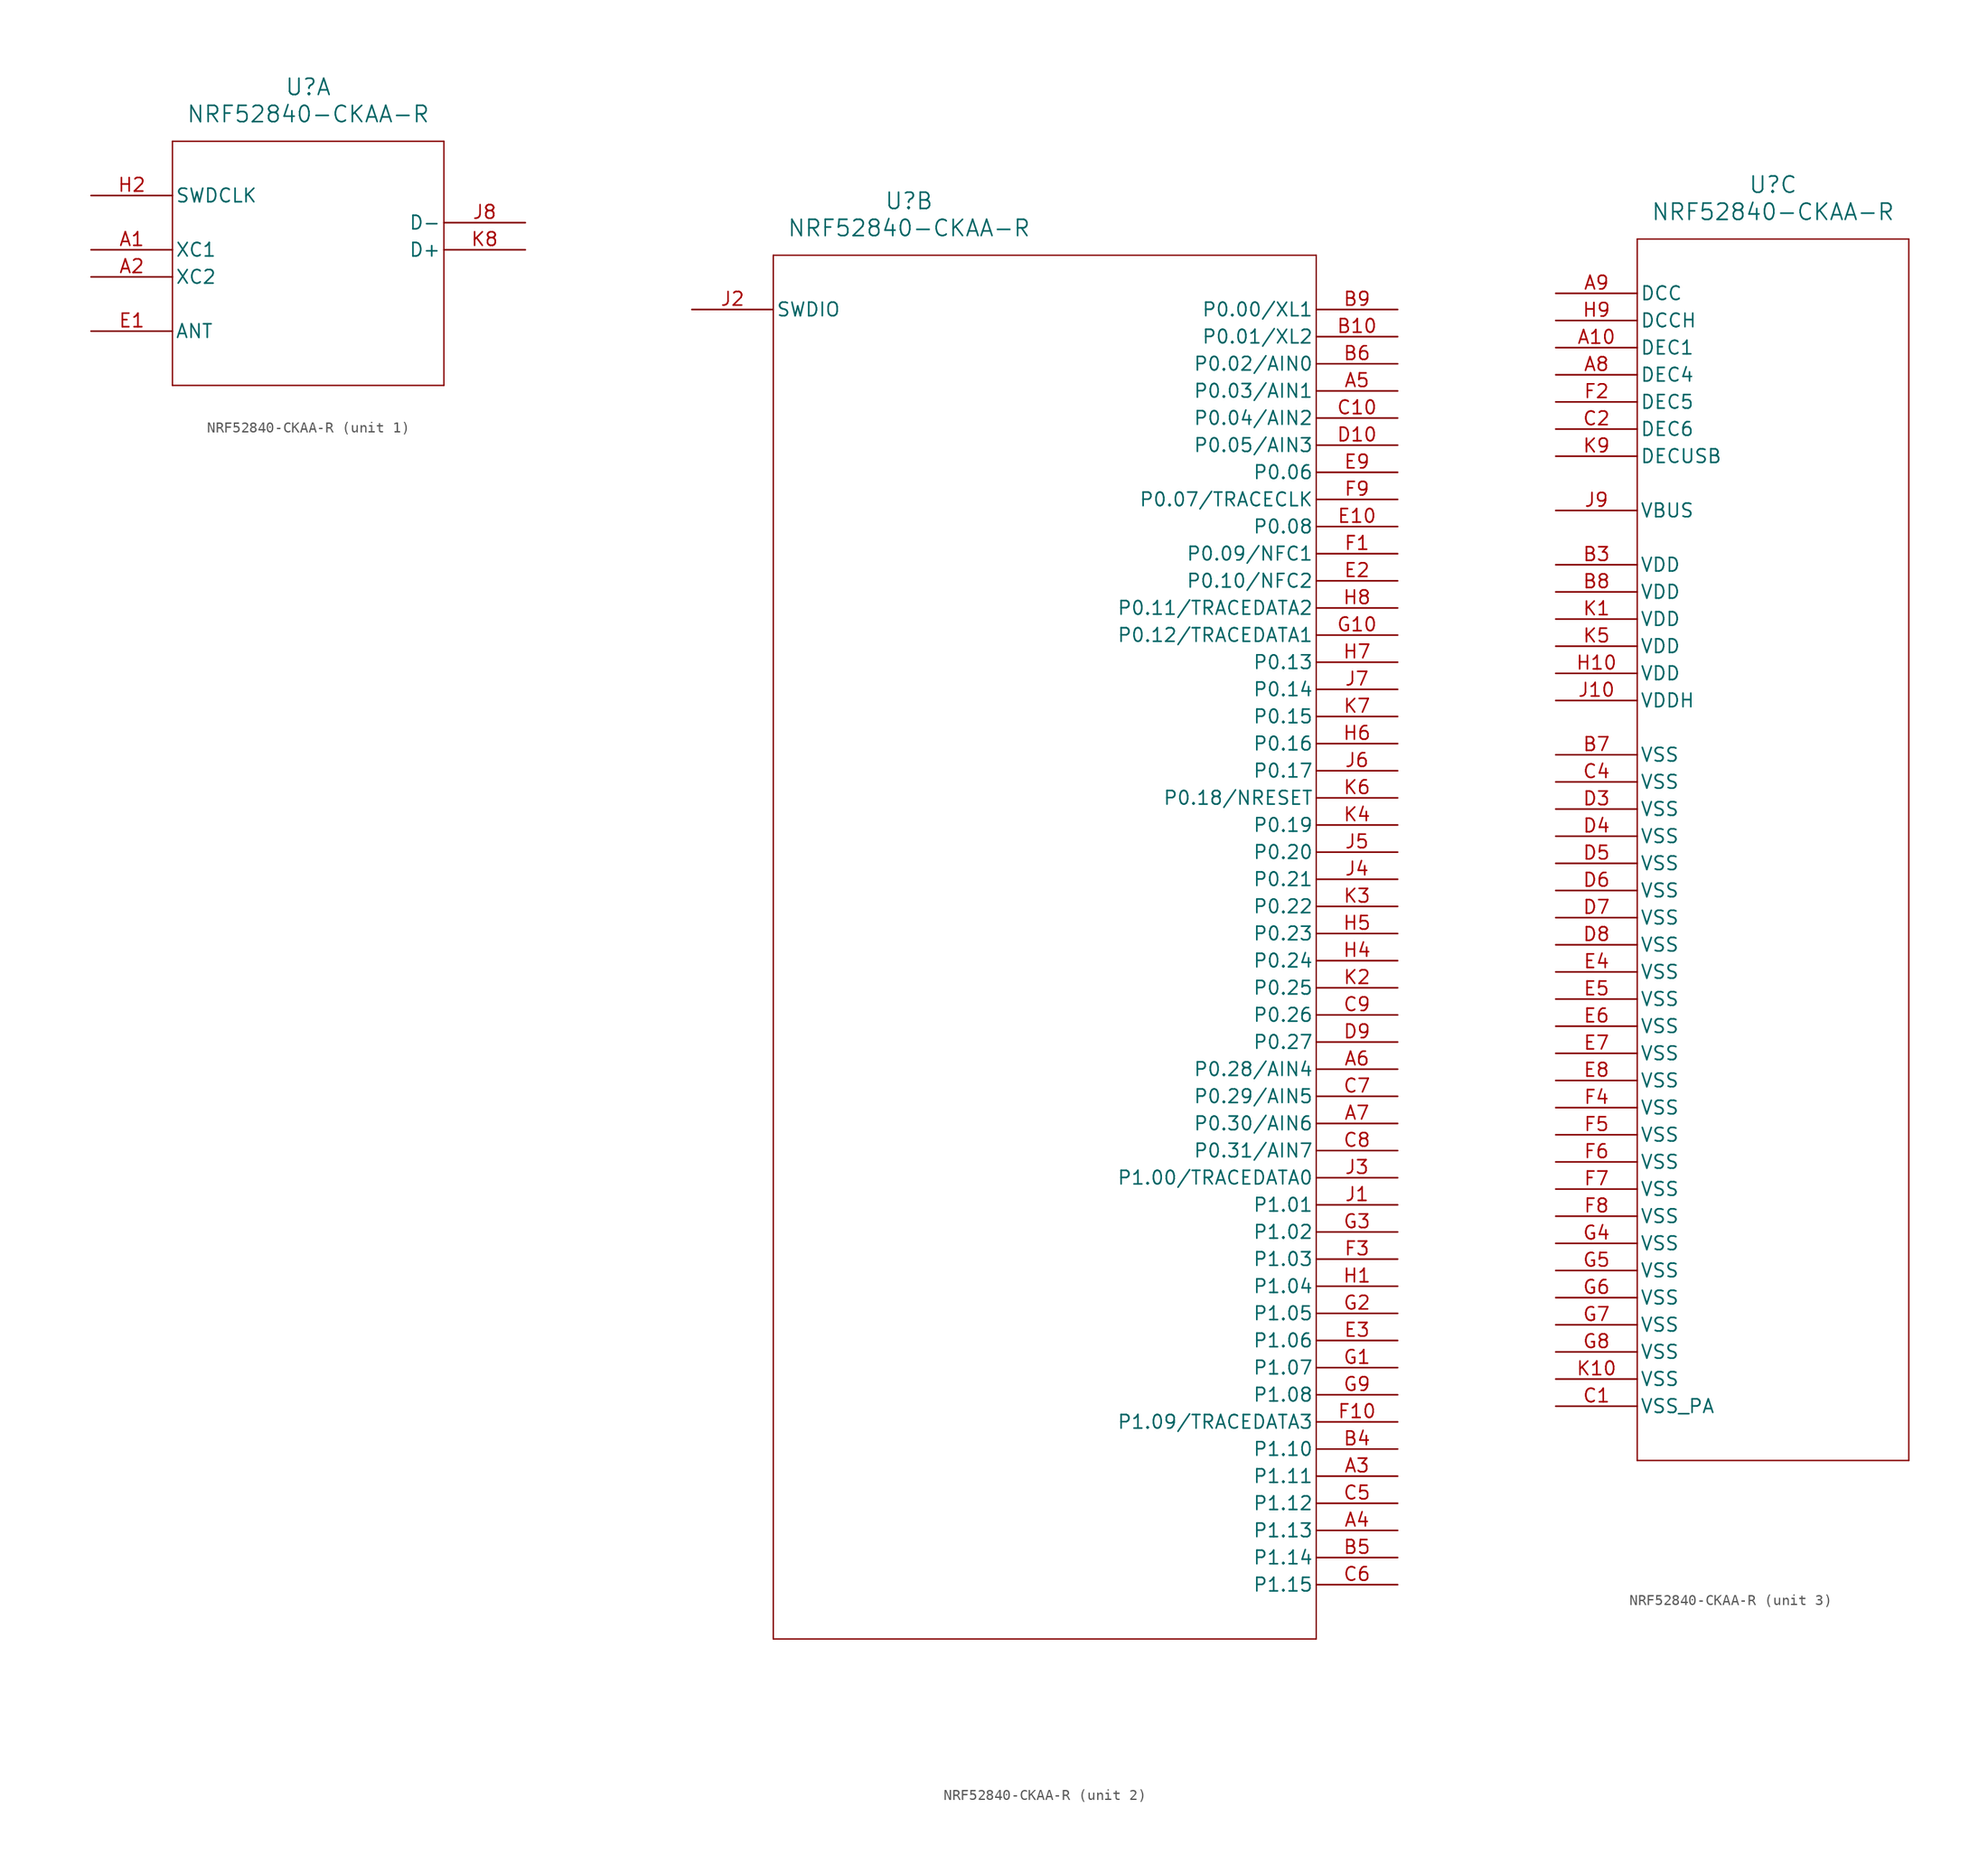
<source format=kicad_sym>
(kicad_symbol_lib
  (version 20220914)
  (generator kicad_symbol_editor)
  (symbol "NRF52840-CKAA-R"
    (pin_names
      (offset 0.254))
    (property "Reference" "U"
      (at 20.32 10.16 0)
      (effects (font (size 1.524 1.524))))
    (property "Value" "NRF52840-CKAA-R"
      (at 20.32 7.62 0)
      (effects (font (size 1.524 1.524))))
    (property "ki_locked" ""
      (at 0 0 0)
      (effects (font (size 1.27 1.27))))
    (symbol "NRF52840-CKAA-R_1_1"
      (polyline (pts (xy 7.62 -17.78) (xy 33.02 -17.78)) (stroke (width 0.127) (type default)) (fill (type none)))
      (polyline (pts (xy 7.62 5.08) (xy 7.62 -17.78)) (stroke (width 0.127) (type default)) (fill (type none)))
      (polyline (pts (xy 33.02 -17.78) (xy 33.02 5.08)) (stroke (width 0.127) (type default)) (fill (type none)))
      (polyline (pts (xy 33.02 5.08) (xy 7.62 5.08)) (stroke (width 0.127) (type default)) (fill (type none)))
      (pin input line (at 0 -5.08 0) (length 7.62) (name "XC1" (effects (font (size 1.27 1.27)))) (number "A1" (effects (font (size 1.27 1.27)))))
      (pin input line (at 0 -7.62 0) (length 7.62) (name "XC2" (effects (font (size 1.27 1.27)))) (number "A2" (effects (font (size 1.27 1.27)))))
      (pin unspecified line (at 0 -12.7 0) (length 7.62) (name "ANT" (effects (font (size 1.27 1.27)))) (number "E1" (effects (font (size 1.27 1.27)))))
      (pin input line (at 0 0 0) (length 7.62) (name "SWDCLK" (effects (font (size 1.27 1.27)))) (number "H2" (effects (font (size 1.27 1.27)))))
      (pin bidirectional line (at 40.64 -2.54 180) (length 7.62) (name "D-" (effects (font (size 1.27 1.27)))) (number "J8" (effects (font (size 1.27 1.27)))))
      (pin bidirectional line (at 40.64 -5.08 180) (length 7.62) (name "D+" (effects (font (size 1.27 1.27)))) (number "K8" (effects (font (size 1.27 1.27))))))
    (symbol "NRF52840-CKAA-R_2_1"
      (polyline (pts (xy 7.62 -124.46) (xy 58.42 -124.46)) (stroke (width 0.127) (type default)) (fill (type none)))
      (polyline (pts (xy 7.62 5.08) (xy 7.62 -124.46)) (stroke (width 0.127) (type default)) (fill (type none)))
      (polyline (pts (xy 58.42 -124.46) (xy 58.42 5.08)) (stroke (width 0.127) (type default)) (fill (type none)))
      (polyline (pts (xy 58.42 5.08) (xy 7.62 5.08)) (stroke (width 0.127) (type default)) (fill (type none)))
      (pin bidirectional line (at 66.04 -109.22 180) (length 7.62) (name "P1.11" (effects (font (size 1.27 1.27)))) (number "A3" (effects (font (size 1.27 1.27)))))
      (pin bidirectional line (at 66.04 -114.3 180) (length 7.62) (name "P1.13" (effects (font (size 1.27 1.27)))) (number "A4" (effects (font (size 1.27 1.27)))))
      (pin bidirectional line (at 66.04 -7.62 180) (length 7.62) (name "P0.03/AIN1" (effects (font (size 1.27 1.27)))) (number "A5" (effects (font (size 1.27 1.27)))))
      (pin bidirectional line (at 66.04 -71.12 180) (length 7.62) (name "P0.28/AIN4" (effects (font (size 1.27 1.27)))) (number "A6" (effects (font (size 1.27 1.27)))))
      (pin bidirectional line (at 66.04 -76.2 180) (length 7.62) (name "P0.30/AIN6" (effects (font (size 1.27 1.27)))) (number "A7" (effects (font (size 1.27 1.27)))))
      (pin bidirectional line (at 66.04 -2.54 180) (length 7.62) (name "P0.01/XL2" (effects (font (size 1.27 1.27)))) (number "B10" (effects (font (size 1.27 1.27)))))
      (pin bidirectional line (at 66.04 -106.68 180) (length 7.62) (name "P1.10" (effects (font (size 1.27 1.27)))) (number "B4" (effects (font (size 1.27 1.27)))))
      (pin bidirectional line (at 66.04 -116.84 180) (length 7.62) (name "P1.14" (effects (font (size 1.27 1.27)))) (number "B5" (effects (font (size 1.27 1.27)))))
      (pin bidirectional line (at 66.04 -5.08 180) (length 7.62) (name "P0.02/AIN0" (effects (font (size 1.27 1.27)))) (number "B6" (effects (font (size 1.27 1.27)))))
      (pin bidirectional line (at 66.04 0 180) (length 7.62) (name "P0.00/XL1" (effects (font (size 1.27 1.27)))) (number "B9" (effects (font (size 1.27 1.27)))))
      (pin bidirectional line (at 66.04 -10.16 180) (length 7.62) (name "P0.04/AIN2" (effects (font (size 1.27 1.27)))) (number "C10" (effects (font (size 1.27 1.27)))))
      (pin bidirectional line (at 66.04 -111.76 180) (length 7.62) (name "P1.12" (effects (font (size 1.27 1.27)))) (number "C5" (effects (font (size 1.27 1.27)))))
      (pin bidirectional line (at 66.04 -119.38 180) (length 7.62) (name "P1.15" (effects (font (size 1.27 1.27)))) (number "C6" (effects (font (size 1.27 1.27)))))
      (pin bidirectional line (at 66.04 -73.66 180) (length 7.62) (name "P0.29/AIN5" (effects (font (size 1.27 1.27)))) (number "C7" (effects (font (size 1.27 1.27)))))
      (pin bidirectional line (at 66.04 -78.74 180) (length 7.62) (name "P0.31/AIN7" (effects (font (size 1.27 1.27)))) (number "C8" (effects (font (size 1.27 1.27)))))
      (pin bidirectional line (at 66.04 -66.04 180) (length 7.62) (name "P0.26" (effects (font (size 1.27 1.27)))) (number "C9" (effects (font (size 1.27 1.27)))))
      (pin bidirectional line (at 66.04 -12.7 180) (length 7.62) (name "P0.05/AIN3" (effects (font (size 1.27 1.27)))) (number "D10" (effects (font (size 1.27 1.27)))))
      (pin bidirectional line (at 66.04 -68.58 180) (length 7.62) (name "P0.27" (effects (font (size 1.27 1.27)))) (number "D9" (effects (font (size 1.27 1.27)))))
      (pin bidirectional line (at 66.04 -20.32 180) (length 7.62) (name "P0.08" (effects (font (size 1.27 1.27)))) (number "E10" (effects (font (size 1.27 1.27)))))
      (pin bidirectional line (at 66.04 -25.4 180) (length 7.62) (name "P0.10/NFC2" (effects (font (size 1.27 1.27)))) (number "E2" (effects (font (size 1.27 1.27)))))
      (pin bidirectional line (at 66.04 -96.52 180) (length 7.62) (name "P1.06" (effects (font (size 1.27 1.27)))) (number "E3" (effects (font (size 1.27 1.27)))))
      (pin bidirectional line (at 66.04 -15.24 180) (length 7.62) (name "P0.06" (effects (font (size 1.27 1.27)))) (number "E9" (effects (font (size 1.27 1.27)))))
      (pin bidirectional line (at 66.04 -22.86 180) (length 7.62) (name "P0.09/NFC1" (effects (font (size 1.27 1.27)))) (number "F1" (effects (font (size 1.27 1.27)))))
      (pin bidirectional line (at 66.04 -104.14 180) (length 7.62) (name "P1.09/TRACEDATA3" (effects (font (size 1.27 1.27)))) (number "F10" (effects (font (size 1.27 1.27)))))
      (pin bidirectional line (at 66.04 -88.9 180) (length 7.62) (name "P1.03" (effects (font (size 1.27 1.27)))) (number "F3" (effects (font (size 1.27 1.27)))))
      (pin bidirectional line (at 66.04 -17.78 180) (length 7.62) (name "P0.07/TRACECLK" (effects (font (size 1.27 1.27)))) (number "F9" (effects (font (size 1.27 1.27)))))
      (pin bidirectional line (at 66.04 -99.06 180) (length 7.62) (name "P1.07" (effects (font (size 1.27 1.27)))) (number "G1" (effects (font (size 1.27 1.27)))))
      (pin bidirectional line (at 66.04 -30.48 180) (length 7.62) (name "P0.12/TRACEDATA1" (effects (font (size 1.27 1.27)))) (number "G10" (effects (font (size 1.27 1.27)))))
      (pin bidirectional line (at 66.04 -93.98 180) (length 7.62) (name "P1.05" (effects (font (size 1.27 1.27)))) (number "G2" (effects (font (size 1.27 1.27)))))
      (pin bidirectional line (at 66.04 -86.36 180) (length 7.62) (name "P1.02" (effects (font (size 1.27 1.27)))) (number "G3" (effects (font (size 1.27 1.27)))))
      (pin bidirectional line (at 66.04 -101.6 180) (length 7.62) (name "P1.08" (effects (font (size 1.27 1.27)))) (number "G9" (effects (font (size 1.27 1.27)))))
      (pin bidirectional line (at 66.04 -91.44 180) (length 7.62) (name "P1.04" (effects (font (size 1.27 1.27)))) (number "H1" (effects (font (size 1.27 1.27)))))
      (pin bidirectional line (at 66.04 -60.96 180) (length 7.62) (name "P0.24" (effects (font (size 1.27 1.27)))) (number "H4" (effects (font (size 1.27 1.27)))))
      (pin bidirectional line (at 66.04 -58.42 180) (length 7.62) (name "P0.23" (effects (font (size 1.27 1.27)))) (number "H5" (effects (font (size 1.27 1.27)))))
      (pin bidirectional line (at 66.04 -40.64 180) (length 7.62) (name "P0.16" (effects (font (size 1.27 1.27)))) (number "H6" (effects (font (size 1.27 1.27)))))
      (pin bidirectional line (at 66.04 -33.02 180) (length 7.62) (name "P0.13" (effects (font (size 1.27 1.27)))) (number "H7" (effects (font (size 1.27 1.27)))))
      (pin bidirectional line (at 66.04 -27.94 180) (length 7.62) (name "P0.11/TRACEDATA2" (effects (font (size 1.27 1.27)))) (number "H8" (effects (font (size 1.27 1.27)))))
      (pin bidirectional line (at 66.04 -83.82 180) (length 7.62) (name "P1.01" (effects (font (size 1.27 1.27)))) (number "J1" (effects (font (size 1.27 1.27)))))
      (pin bidirectional line (at 0 0 0) (length 7.62) (name "SWDIO" (effects (font (size 1.27 1.27)))) (number "J2" (effects (font (size 1.27 1.27)))))
      (pin bidirectional line (at 66.04 -81.28 180) (length 7.62) (name "P1.00/TRACEDATA0" (effects (font (size 1.27 1.27)))) (number "J3" (effects (font (size 1.27 1.27)))))
      (pin bidirectional line (at 66.04 -53.34 180) (length 7.62) (name "P0.21" (effects (font (size 1.27 1.27)))) (number "J4" (effects (font (size 1.27 1.27)))))
      (pin bidirectional line (at 66.04 -50.8 180) (length 7.62) (name "P0.20" (effects (font (size 1.27 1.27)))) (number "J5" (effects (font (size 1.27 1.27)))))
      (pin bidirectional line (at 66.04 -43.18 180) (length 7.62) (name "P0.17" (effects (font (size 1.27 1.27)))) (number "J6" (effects (font (size 1.27 1.27)))))
      (pin bidirectional line (at 66.04 -35.56 180) (length 7.62) (name "P0.14" (effects (font (size 1.27 1.27)))) (number "J7" (effects (font (size 1.27 1.27)))))
      (pin bidirectional line (at 66.04 -63.5 180) (length 7.62) (name "P0.25" (effects (font (size 1.27 1.27)))) (number "K2" (effects (font (size 1.27 1.27)))))
      (pin bidirectional line (at 66.04 -55.88 180) (length 7.62) (name "P0.22" (effects (font (size 1.27 1.27)))) (number "K3" (effects (font (size 1.27 1.27)))))
      (pin bidirectional line (at 66.04 -48.26 180) (length 7.62) (name "P0.19" (effects (font (size 1.27 1.27)))) (number "K4" (effects (font (size 1.27 1.27)))))
      (pin bidirectional line (at 66.04 -45.72 180) (length 7.62) (name "P0.18/NRESET" (effects (font (size 1.27 1.27)))) (number "K6" (effects (font (size 1.27 1.27)))))
      (pin bidirectional line (at 66.04 -38.1 180) (length 7.62) (name "P0.15" (effects (font (size 1.27 1.27)))) (number "K7" (effects (font (size 1.27 1.27))))))
    (symbol "NRF52840-CKAA-R_3_1"
      (polyline (pts (xy 7.62 -109.22) (xy 33.02 -109.22)) (stroke (width 0.127) (type default)) (fill (type none)))
      (polyline (pts (xy 7.62 5.08) (xy 7.62 -109.22)) (stroke (width 0.127) (type default)) (fill (type none)))
      (polyline (pts (xy 33.02 -109.22) (xy 33.02 5.08)) (stroke (width 0.127) (type default)) (fill (type none)))
      (polyline (pts (xy 33.02 5.08) (xy 7.62 5.08)) (stroke (width 0.127) (type default)) (fill (type none)))
      (pin power_in line (at 0 -5.08 0) (length 7.62) (name "DEC1" (effects (font (size 1.27 1.27)))) (number "A10" (effects (font (size 1.27 1.27)))))
      (pin power_in line (at 0 -7.62 0) (length 7.62) (name "DEC4" (effects (font (size 1.27 1.27)))) (number "A8" (effects (font (size 1.27 1.27)))))
      (pin power_in line (at 0 0 0) (length 7.62) (name "DCC" (effects (font (size 1.27 1.27)))) (number "A9" (effects (font (size 1.27 1.27)))))
      (pin power_in line (at 0 -25.4 0) (length 7.62) (name "VDD" (effects (font (size 1.27 1.27)))) (number "B3" (effects (font (size 1.27 1.27)))))
      (pin power_in line (at 0 -43.18 0) (length 7.62) (name "VSS" (effects (font (size 1.27 1.27)))) (number "B7" (effects (font (size 1.27 1.27)))))
      (pin power_in line (at 0 -27.94 0) (length 7.62) (name "VDD" (effects (font (size 1.27 1.27)))) (number "B8" (effects (font (size 1.27 1.27)))))
      (pin power_in line (at 0 -104.14 0) (length 7.62) (name "VSS_PA" (effects (font (size 1.27 1.27)))) (number "C1" (effects (font (size 1.27 1.27)))))
      (pin power_in line (at 0 -12.7 0) (length 7.62) (name "DEC6" (effects (font (size 1.27 1.27)))) (number "C2" (effects (font (size 1.27 1.27)))))
      (pin power_in line (at 0 -45.72 0) (length 7.62) (name "VSS" (effects (font (size 1.27 1.27)))) (number "C4" (effects (font (size 1.27 1.27)))))
      (pin power_in line (at 0 -48.26 0) (length 7.62) (name "VSS" (effects (font (size 1.27 1.27)))) (number "D3" (effects (font (size 1.27 1.27)))))
      (pin power_in line (at 0 -50.8 0) (length 7.62) (name "VSS" (effects (font (size 1.27 1.27)))) (number "D4" (effects (font (size 1.27 1.27)))))
      (pin power_in line (at 0 -53.34 0) (length 7.62) (name "VSS" (effects (font (size 1.27 1.27)))) (number "D5" (effects (font (size 1.27 1.27)))))
      (pin power_in line (at 0 -55.88 0) (length 7.62) (name "VSS" (effects (font (size 1.27 1.27)))) (number "D6" (effects (font (size 1.27 1.27)))))
      (pin power_in line (at 0 -58.42 0) (length 7.62) (name "VSS" (effects (font (size 1.27 1.27)))) (number "D7" (effects (font (size 1.27 1.27)))))
      (pin power_in line (at 0 -60.96 0) (length 7.62) (name "VSS" (effects (font (size 1.27 1.27)))) (number "D8" (effects (font (size 1.27 1.27)))))
      (pin power_in line (at 0 -63.5 0) (length 7.62) (name "VSS" (effects (font (size 1.27 1.27)))) (number "E4" (effects (font (size 1.27 1.27)))))
      (pin power_in line (at 0 -66.04 0) (length 7.62) (name "VSS" (effects (font (size 1.27 1.27)))) (number "E5" (effects (font (size 1.27 1.27)))))
      (pin power_in line (at 0 -68.58 0) (length 7.62) (name "VSS" (effects (font (size 1.27 1.27)))) (number "E6" (effects (font (size 1.27 1.27)))))
      (pin power_in line (at 0 -71.12 0) (length 7.62) (name "VSS" (effects (font (size 1.27 1.27)))) (number "E7" (effects (font (size 1.27 1.27)))))
      (pin power_in line (at 0 -73.66 0) (length 7.62) (name "VSS" (effects (font (size 1.27 1.27)))) (number "E8" (effects (font (size 1.27 1.27)))))
      (pin power_in line (at 0 -10.16 0) (length 7.62) (name "DEC5" (effects (font (size 1.27 1.27)))) (number "F2" (effects (font (size 1.27 1.27)))))
      (pin power_in line (at 0 -76.2 0) (length 7.62) (name "VSS" (effects (font (size 1.27 1.27)))) (number "F4" (effects (font (size 1.27 1.27)))))
      (pin power_in line (at 0 -78.74 0) (length 7.62) (name "VSS" (effects (font (size 1.27 1.27)))) (number "F5" (effects (font (size 1.27 1.27)))))
      (pin power_in line (at 0 -81.28 0) (length 7.62) (name "VSS" (effects (font (size 1.27 1.27)))) (number "F6" (effects (font (size 1.27 1.27)))))
      (pin power_in line (at 0 -83.82 0) (length 7.62) (name "VSS" (effects (font (size 1.27 1.27)))) (number "F7" (effects (font (size 1.27 1.27)))))
      (pin power_in line (at 0 -86.36 0) (length 7.62) (name "VSS" (effects (font (size 1.27 1.27)))) (number "F8" (effects (font (size 1.27 1.27)))))
      (pin power_in line (at 0 -88.9 0) (length 7.62) (name "VSS" (effects (font (size 1.27 1.27)))) (number "G4" (effects (font (size 1.27 1.27)))))
      (pin power_in line (at 0 -91.44 0) (length 7.62) (name "VSS" (effects (font (size 1.27 1.27)))) (number "G5" (effects (font (size 1.27 1.27)))))
      (pin power_in line (at 0 -93.98 0) (length 7.62) (name "VSS" (effects (font (size 1.27 1.27)))) (number "G6" (effects (font (size 1.27 1.27)))))
      (pin power_in line (at 0 -96.52 0) (length 7.62) (name "VSS" (effects (font (size 1.27 1.27)))) (number "G7" (effects (font (size 1.27 1.27)))))
      (pin power_in line (at 0 -99.06 0) (length 7.62) (name "VSS" (effects (font (size 1.27 1.27)))) (number "G8" (effects (font (size 1.27 1.27)))))
      (pin power_in line (at 0 -35.56 0) (length 7.62) (name "VDD" (effects (font (size 1.27 1.27)))) (number "H10" (effects (font (size 1.27 1.27)))))
      (pin power_in line (at 0 -2.54 0) (length 7.62) (name "DCCH" (effects (font (size 1.27 1.27)))) (number "H9" (effects (font (size 1.27 1.27)))))
      (pin power_in line (at 0 -38.1 0) (length 7.62) (name "VDDH" (effects (font (size 1.27 1.27)))) (number "J10" (effects (font (size 1.27 1.27)))))
      (pin power_in line (at 0 -20.32 0) (length 7.62) (name "VBUS" (effects (font (size 1.27 1.27)))) (number "J9" (effects (font (size 1.27 1.27)))))
      (pin power_in line (at 0 -30.48 0) (length 7.62) (name "VDD" (effects (font (size 1.27 1.27)))) (number "K1" (effects (font (size 1.27 1.27)))))
      (pin power_in line (at 0 -101.6 0) (length 7.62) (name "VSS" (effects (font (size 1.27 1.27)))) (number "K10" (effects (font (size 1.27 1.27)))))
      (pin power_in line (at 0 -33.02 0) (length 7.62) (name "VDD" (effects (font (size 1.27 1.27)))) (number "K5" (effects (font (size 1.27 1.27)))))
      (pin power_in line (at 0 -15.24 0) (length 7.62) (name "DECUSB" (effects (font (size 1.27 1.27)))) (number "K9" (effects (font (size 1.27 1.27))))))))
</source>
